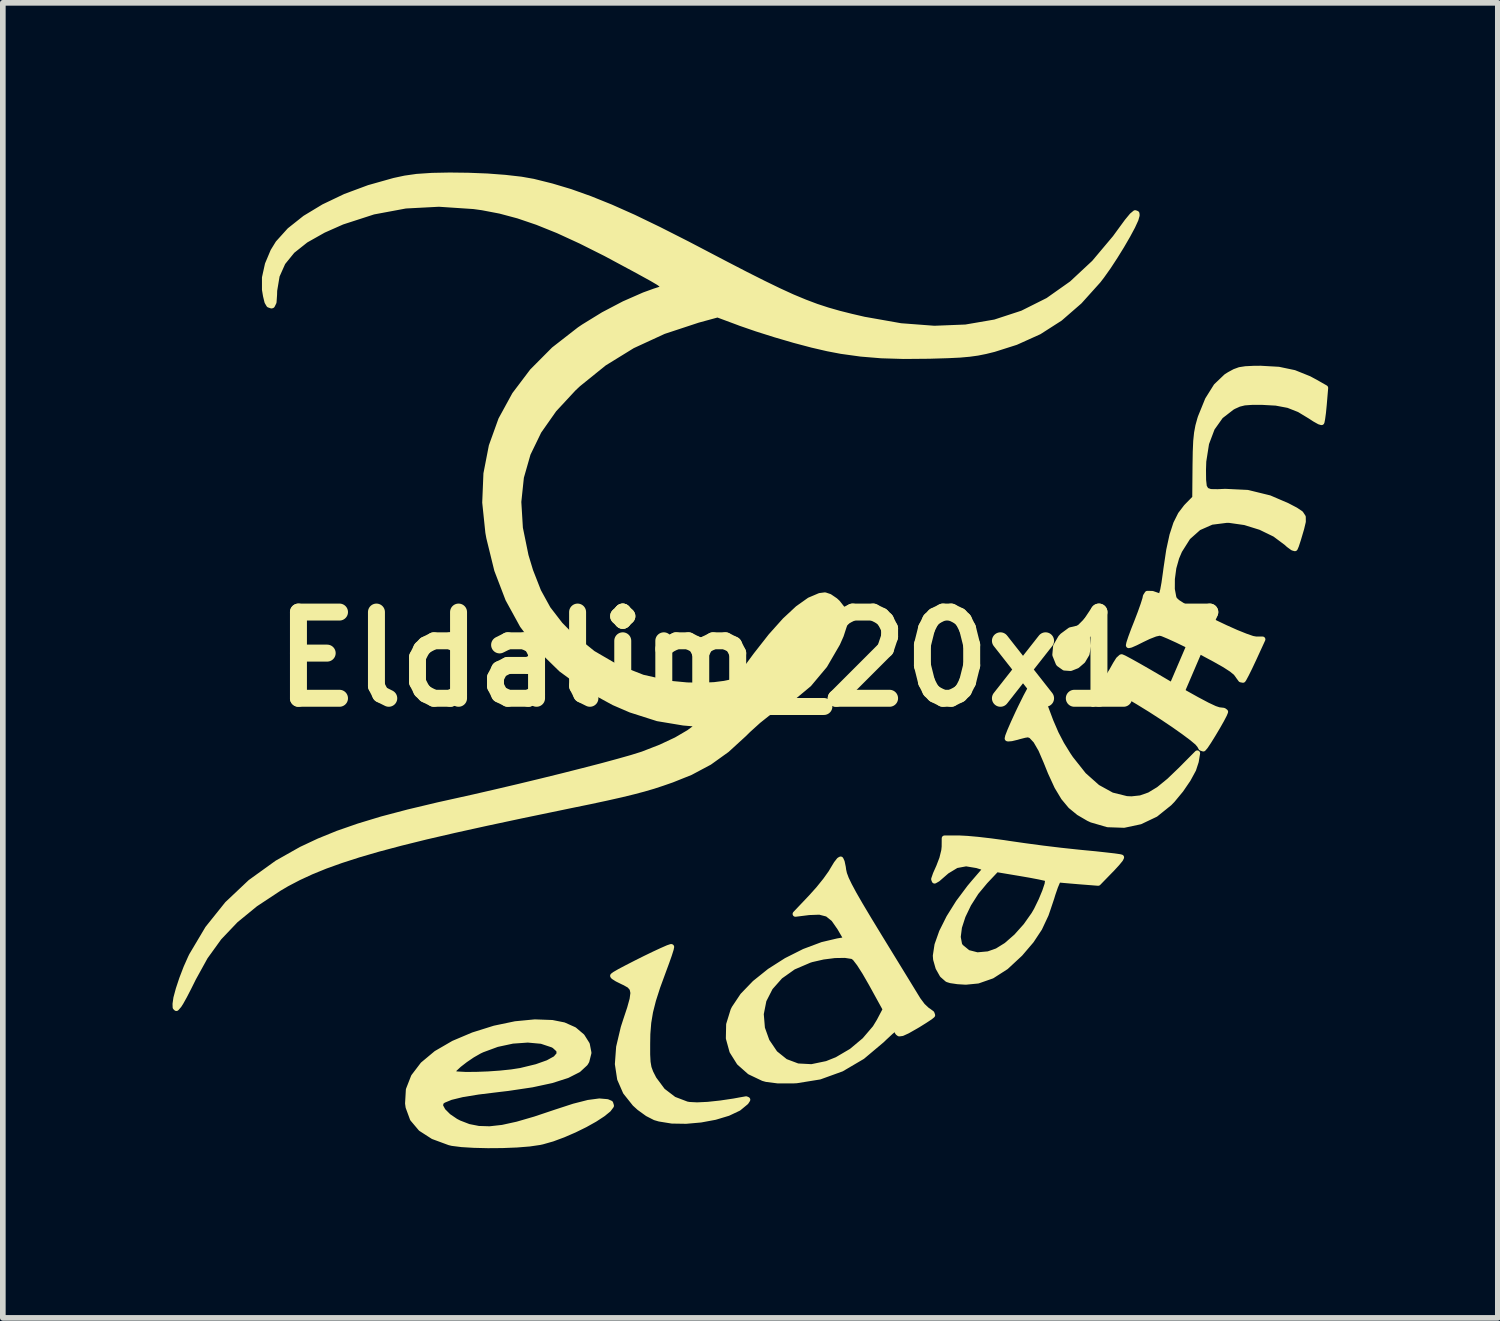
<source format=kicad_pcb>
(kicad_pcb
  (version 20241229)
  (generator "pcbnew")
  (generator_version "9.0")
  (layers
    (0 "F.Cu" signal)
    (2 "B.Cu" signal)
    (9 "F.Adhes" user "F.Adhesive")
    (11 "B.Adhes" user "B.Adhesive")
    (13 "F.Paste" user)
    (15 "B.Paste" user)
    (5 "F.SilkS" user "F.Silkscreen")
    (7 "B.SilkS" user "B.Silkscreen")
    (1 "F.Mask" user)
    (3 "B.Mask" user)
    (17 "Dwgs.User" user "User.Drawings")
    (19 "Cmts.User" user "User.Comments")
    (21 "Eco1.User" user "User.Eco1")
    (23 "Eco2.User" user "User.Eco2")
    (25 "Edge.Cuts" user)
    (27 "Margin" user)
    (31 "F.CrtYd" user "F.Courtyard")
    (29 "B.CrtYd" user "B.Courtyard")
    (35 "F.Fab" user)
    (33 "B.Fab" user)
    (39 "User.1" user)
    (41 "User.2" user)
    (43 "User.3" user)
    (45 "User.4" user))
  (footprint "Eldalim_20x17"
    (layer "F.Cu")
    (at 10.209 8.605)
    (property "Reference" "Eldalim_20x17" (at 0 0 0) (layer "F.SilkS") (effects (font (size 1.524 1.524) (thickness 0.3))))
    (attr exclude_from_pos_files exclude_from_bom)
    (fp_circle (center 0.75 0) (end 1 0) (stroke (width 0.15) (type solid)) (fill no) (layer "F.SilkS"))
    (fp_circle (center 0.8 0) (end 1 0) (stroke (width 0.15) (type solid)) (fill no) (layer "F.SilkS"))
    (fp_poly (pts (xy 5.979 -0.238) (xy 5.952 -0.094) (xy 5.881 0.026) (xy 5.781 0.112) (xy 5.668 0.157) (xy 5.557 0.149) (xy 5.463 0.082) (xy 5.453 0.069) (xy 5.394 -0.077) (xy 5.408 -0.231) (xy 5.494 -0.38) (xy 5.525 -0.414) (xy 5.662 -0.515) (xy 5.786 -0.544) (xy 5.887 -0.504) (xy 5.955 -0.399) (xy 5.979 -0.238)) (stroke (width 0.1) (type solid)) (fill yes) (layer "F.SilkS"))
    (fp_poly (pts (xy 8.402 0.929) (xy 8.382 0.978) (xy 8.332 1.074) (xy 8.262 1.197) (xy 8.184 1.328) (xy 8.109 1.449) (xy 8.049 1.539) (xy 8.014 1.58) (xy 7.976 1.567) (xy 7.951 1.521) (xy 7.91 1.472) (xy 7.813 1.391) (xy 7.67 1.284) (xy 7.493 1.159) (xy 7.292 1.024) (xy 7.078 0.886) (xy 6.862 0.753) (xy 6.749 0.686) (xy 6.579 0.611) (xy 6.429 0.603) (xy 6.276 0.664) (xy 6.187 0.725) (xy 6.108 0.777) (xy 6.062 0.792) (xy 6.057 0.785) (xy 6.077 0.735) (xy 6.13 0.639) (xy 6.205 0.515) (xy 6.227 0.48) (xy 6.318 0.335) (xy 6.401 0.199) (xy 6.458 0.097) (xy 6.463 0.088) (xy 6.516 0.004) (xy 6.563 -0.038) (xy 6.57 -0.039) (xy 6.614 -0.02) (xy 6.715 0.034) (xy 6.864 0.117) (xy 7.049 0.223) (xy 7.263 0.348) (xy 7.402 0.43) (xy 7.668 0.585) (xy 7.897 0.713) (xy 8.082 0.811) (xy 8.216 0.874) (xy 8.292 0.899) (xy 8.297 0.899) (xy 8.374 0.908) (xy 8.402 0.929)) (stroke (width 0.1) (type solid)) (fill yes) (layer "F.SilkS"))
    (fp_poly (pts (xy 7.907 1.661) (xy 7.883 1.807) (xy 7.837 1.948) (xy 7.743 2.121) (xy 7.616 2.307) (xy 7.467 2.487) (xy 7.413 2.543) (xy 7.169 2.739) (xy 6.898 2.868) (xy 6.612 2.929) (xy 6.323 2.919) (xy 6.041 2.837) (xy 5.985 2.811) (xy 5.814 2.711) (xy 5.67 2.593) (xy 5.546 2.444) (xy 5.43 2.251) (xy 5.315 2.001) (xy 5.24 1.815) (xy 5.146 1.596) (xy 5.055 1.439) (xy 4.971 1.349) (xy 4.917 1.329) (xy 4.854 1.339) (xy 4.752 1.365) (xy 4.723 1.374) (xy 4.623 1.398) (xy 4.56 1.403) (xy 4.552 1.4) (xy 4.561 1.36) (xy 4.599 1.262) (xy 4.661 1.12) (xy 4.741 0.946) (xy 4.784 0.856) (xy 4.88 0.662) (xy 4.96 0.513) (xy 5.018 0.419) (xy 5.051 0.387) (xy 5.056 0.391) (xy 5.078 0.451) (xy 5.119 0.566) (xy 5.173 0.717) (xy 5.212 0.824) (xy 5.313 1.094) (xy 5.407 1.312) (xy 5.506 1.502) (xy 5.622 1.69) (xy 5.668 1.758) (xy 5.898 2.048) (xy 6.141 2.264) (xy 6.395 2.404) (xy 6.657 2.469) (xy 6.746 2.473) (xy 6.905 2.456) (xy 7.062 2.401) (xy 7.227 2.301) (xy 7.413 2.149) (xy 7.61 1.96) (xy 7.907 1.661)) (stroke (width 0.1) (type solid)) (fill yes) (layer "F.SilkS"))
    (fp_poly (pts (xy -0.045 7.786) (xy -0.071 7.826) (xy -0.076 7.831) (xy -0.202 7.935) (xy -0.388 8.023) (xy -0.617 8.092) (xy -0.87 8.139) (xy -1.13 8.162) (xy -1.38 8.158) (xy -1.602 8.122) (xy -1.678 8.1) (xy -1.811 8.032) (xy -1.956 7.927) (xy -2.034 7.856) (xy -2.198 7.65) (xy -2.299 7.419) (xy -2.339 7.156) (xy -2.317 6.856) (xy -2.236 6.513) (xy -2.196 6.389) (xy -2.123 6.169) (xy -2.079 6.01) (xy -2.064 5.898) (xy -2.08 5.821) (xy -2.128 5.765) (xy -2.208 5.719) (xy -2.247 5.701) (xy -2.348 5.651) (xy -2.412 5.61) (xy -2.423 5.596) (xy -2.39 5.571) (xy -2.302 5.52) (xy -2.173 5.452) (xy -2.019 5.373) (xy -1.855 5.291) (xy -1.696 5.214) (xy -1.556 5.149) (xy -1.451 5.103) (xy -1.395 5.084) (xy -1.391 5.085) (xy -1.399 5.125) (xy -1.43 5.223) (xy -1.479 5.362) (xy -1.53 5.5) (xy -1.636 5.789) (xy -1.712 6.026) (xy -1.764 6.231) (xy -1.796 6.423) (xy -1.812 6.623) (xy -1.815 6.799) (xy -1.815 6.988) (xy -1.808 7.121) (xy -1.791 7.22) (xy -1.759 7.307) (xy -1.709 7.405) (xy -1.7 7.422) (xy -1.546 7.629) (xy -1.347 7.781) (xy -1.119 7.868) (xy -1.072 7.876) (xy -0.936 7.883) (xy -0.745 7.874) (xy -0.522 7.85) (xy -0.286 7.815) (xy -0.156 7.791) (xy -0.069 7.776) (xy -0.045 7.786)) (stroke (width 0.1) (type solid)) (fill yes) (layer "F.SilkS"))
    (fp_poly (pts (xy 6.563 3.502) (xy 6.546 3.536) (xy 6.485 3.61) (xy 6.393 3.71) (xy 6.367 3.736) (xy 6.155 3.954) (xy 5.824 3.928) (xy 5.669 3.915) (xy 5.544 3.904) (xy 5.47 3.897) (xy 5.46 3.895) (xy 5.434 3.927) (xy 5.396 4.017) (xy 5.35 4.15) (xy 5.329 4.219) (xy 5.268 4.401) (xy 5.268 3.898) (xy 5.262 3.881) (xy 5.216 3.866) (xy 5.111 3.843) (xy 4.96 3.814) (xy 4.798 3.786) (xy 4.357 3.712) (xy 4.156 3.925) (xy 3.995 4.119) (xy 3.862 4.328) (xy 3.761 4.538) (xy 3.697 4.736) (xy 3.675 4.91) (xy 3.7 5.045) (xy 3.723 5.083) (xy 3.851 5.188) (xy 4.018 5.231) (xy 4.214 5.213) (xy 4.37 5.158) (xy 4.534 5.056) (xy 4.71 4.902) (xy 4.878 4.714) (xy 5.02 4.513) (xy 5.066 4.434) (xy 5.15 4.261) (xy 5.215 4.104) (xy 5.257 3.978) (xy 5.268 3.898) (xy 5.268 4.401) (xy 5.23 4.512) (xy 5.116 4.755) (xy 4.971 4.974) (xy 4.78 5.198) (xy 4.774 5.205) (xy 4.524 5.437) (xy 4.278 5.595) (xy 4.029 5.682) (xy 3.814 5.703) (xy 3.67 5.694) (xy 3.548 5.676) (xy 3.49 5.658) (xy 3.401 5.58) (xy 3.329 5.452) (xy 3.287 5.305) (xy 3.282 5.241) (xy 3.311 5.05) (xy 3.392 4.821) (xy 3.519 4.567) (xy 3.686 4.3) (xy 3.885 4.034) (xy 3.958 3.947) (xy 4.177 3.693) (xy 4.013 3.642) (xy 3.82 3.61) (xy 3.647 3.642) (xy 3.477 3.745) (xy 3.416 3.798) (xy 3.317 3.884) (xy 3.263 3.915) (xy 3.252 3.887) (xy 3.283 3.797) (xy 3.341 3.667) (xy 3.396 3.524) (xy 3.431 3.382) (xy 3.438 3.312) (xy 3.439 3.165) (xy 3.705 3.165) (xy 3.839 3.172) (xy 4.029 3.189) (xy 4.253 3.215) (xy 4.49 3.247) (xy 4.588 3.262) (xy 4.859 3.301) (xy 5.173 3.343) (xy 5.497 3.382) (xy 5.796 3.414) (xy 5.875 3.422) (xy 6.096 3.443) (xy 6.287 3.464) (xy 6.438 3.481) (xy 6.534 3.495) (xy 6.563 3.502)) (stroke (width 0.1) (type solid)) (fill yes) (layer "F.SilkS"))
    (fp_poly (pts (xy -2.455 7.893) (xy -2.504 7.958) (xy -2.604 8.039) (xy -2.745 8.131) (xy -2.915 8.226) (xy -3.104 8.319) (xy -3.3 8.404) (xy -3.494 8.476) (xy -3.674 8.527) (xy -3.72 8.537) (xy -3.898 8.563) (xy -4.123 8.581) (xy -4.374 8.591) (xy -4.633 8.593) (xy -4.881 8.587) (xy -5.097 8.574) (xy -5.264 8.553) (xy -5.314 8.541) (xy -5.601 8.435) (xy -5.817 8.296) (xy -5.963 8.123) (xy -6.039 7.916) (xy -6.048 7.852) (xy -6.034 7.609) (xy -5.944 7.379) (xy -5.781 7.165) (xy -5.545 6.968) (xy -5.24 6.791) (xy -4.895 6.645) (xy -4.516 6.526) (xy -4.148 6.449) (xy -3.804 6.416) (xy -3.498 6.427) (xy -3.293 6.468) (xy -3.109 6.55) (xy -2.97 6.668) (xy -2.882 6.808) (xy -2.853 6.957) (xy -2.89 7.103) (xy -2.914 7.143) (xy -3.035 7.255) (xy -3.232 7.355) (xy -3.369 7.399) (xy -3.369 6.983) (xy -3.375 6.906) (xy -3.457 6.831) (xy -3.488 6.814) (xy -3.686 6.748) (xy -3.928 6.726) (xy -4.197 6.745) (xy -4.472 6.804) (xy -4.735 6.901) (xy -4.786 6.925) (xy -4.91 6.996) (xy -5.035 7.081) (xy -5.146 7.167) (xy -5.229 7.244) (xy -5.271 7.299) (xy -5.266 7.32) (xy -5.177 7.337) (xy -5.029 7.345) (xy -4.84 7.344) (xy -4.629 7.336) (xy -4.415 7.321) (xy -4.215 7.3) (xy -4.048 7.274) (xy -4.042 7.272) (xy -3.774 7.207) (xy -3.571 7.135) (xy -3.435 7.06) (xy -3.369 6.983) (xy -3.369 7.399) (xy -3.506 7.443) (xy -3.854 7.518) (xy -4.277 7.581) (xy -4.446 7.601) (xy -4.805 7.645) (xy -5.086 7.691) (xy -5.291 7.741) (xy -5.422 7.795) (xy -5.467 7.83) (xy -5.477 7.897) (xy -5.429 7.985) (xy -5.334 8.08) (xy -5.205 8.168) (xy -5.143 8.2) (xy -4.975 8.265) (xy -4.798 8.3) (xy -4.602 8.306) (xy -4.377 8.281) (xy -4.113 8.223) (xy -3.8 8.132) (xy -3.433 8.009) (xy -3.114 7.905) (xy -2.859 7.84) (xy -2.663 7.814) (xy -2.524 7.826) (xy -2.468 7.85) (xy -2.455 7.893)) (stroke (width 0.1) (type solid)) (fill yes) (layer "F.SilkS"))
    (fp_poly (pts (xy 3.223 6.292) (xy 3.184 6.324) (xy 3.093 6.384) (xy 2.97 6.461) (xy 2.927 6.486) (xy 2.783 6.568) (xy 2.691 6.61) (xy 2.638 6.617) (xy 2.614 6.599) (xy 2.584 6.536) (xy 2.58 6.517) (xy 2.554 6.53) (xy 2.485 6.587) (xy 2.397 6.669) (xy 2.397 6.188) (xy 2.146 5.732) (xy 2.032 5.534) (xy 1.935 5.382) (xy 1.859 5.283) (xy 1.817 5.25) (xy 1.681 5.229) (xy 1.498 5.232) (xy 1.293 5.258) (xy 1.091 5.304) (xy 1.052 5.316) (xy 0.765 5.439) (xy 0.532 5.604) (xy 0.356 5.803) (xy 0.241 6.028) (xy 0.193 6.271) (xy 0.214 6.523) (xy 0.296 6.752) (xy 0.44 6.965) (xy 0.624 7.113) (xy 0.842 7.195) (xy 1.089 7.208) (xy 1.359 7.152) (xy 1.539 7.08) (xy 1.796 6.929) (xy 2.028 6.735) (xy 2.214 6.517) (xy 2.287 6.397) (xy 2.397 6.188) (xy 2.397 6.669) (xy 2.386 6.679) (xy 2.331 6.732) (xy 1.985 7.023) (xy 1.618 7.239) (xy 1.231 7.379) (xy 0.822 7.445) (xy 0.762 7.448) (xy 0.493 7.448) (xy 0.29 7.422) (xy 0.233 7.406) (xy -0.004 7.293) (xy -0.188 7.13) (xy -0.314 6.929) (xy -0.377 6.7) (xy -0.372 6.456) (xy -0.295 6.207) (xy -0.276 6.169) (xy -0.127 5.946) (xy 0.086 5.725) (xy 0.348 5.515) (xy 0.643 5.327) (xy 0.959 5.168) (xy 1.279 5.048) (xy 1.55 4.984) (xy 1.712 4.957) (xy 1.589 4.746) (xy 1.481 4.591) (xy 1.369 4.501) (xy 1.229 4.465) (xy 1.041 4.472) (xy 1.027 4.474) (xy 0.803 4.502) (xy 1.08 4.21) (xy 1.213 4.062) (xy 1.337 3.908) (xy 1.434 3.772) (xy 1.465 3.719) (xy 1.528 3.615) (xy 1.579 3.55) (xy 1.603 3.537) (xy 1.624 3.583) (xy 1.644 3.679) (xy 1.65 3.726) (xy 1.665 3.793) (xy 1.698 3.881) (xy 1.754 3.997) (xy 1.836 4.15) (xy 1.949 4.346) (xy 2.097 4.594) (xy 2.277 4.89) (xy 2.435 5.148) (xy 2.584 5.391) (xy 2.717 5.608) (xy 2.829 5.791) (xy 2.914 5.93) (xy 2.965 6.013) (xy 2.972 6.024) (xy 3.049 6.127) (xy 3.131 6.204) (xy 3.15 6.215) (xy 3.211 6.26) (xy 3.223 6.292)) (stroke (width 0.1) (type solid)) (fill yes) (layer "F.SilkS"))
    (fp_poly (pts (xy 10.171 -4.797) (xy 10.146 -4.502) (xy 10.132 -4.359) (xy 10.117 -4.249) (xy 10.106 -4.193) (xy 10.104 -4.19) (xy 10.066 -4.201) (xy 9.984 -4.247) (xy 9.909 -4.296) (xy 9.711 -4.416) (xy 9.516 -4.493) (xy 9.299 -4.534) (xy 9.046 -4.548) (xy 8.867 -4.547) (xy 8.741 -4.538) (xy 8.644 -4.514) (xy 8.551 -4.472) (xy 8.519 -4.454) (xy 8.319 -4.299) (xy 8.167 -4.085) (xy 8.066 -3.817) (xy 8.016 -3.499) (xy 8.011 -3.349) (xy 8.013 -3.168) (xy 8.026 -3.051) (xy 8.064 -2.986) (xy 8.14 -2.959) (xy 8.268 -2.957) (xy 8.401 -2.963) (xy 8.796 -2.944) (xy 9.183 -2.849) (xy 9.495 -2.715) (xy 9.644 -2.637) (xy 9.734 -2.577) (xy 9.775 -2.515) (xy 9.776 -2.434) (xy 9.747 -2.312) (xy 9.729 -2.251) (xy 9.689 -2.116) (xy 9.655 -2.012) (xy 9.634 -1.962) (xy 9.633 -1.961) (xy 9.595 -1.972) (xy 9.523 -2.025) (xy 9.485 -2.06) (xy 9.281 -2.212) (xy 9.026 -2.336) (xy 8.749 -2.422) (xy 8.476 -2.461) (xy 8.427 -2.462) (xy 8.159 -2.428) (xy 7.93 -2.327) (xy 7.74 -2.158) (xy 7.591 -1.922) (xy 7.538 -1.798) (xy 7.487 -1.617) (xy 7.461 -1.422) (xy 7.46 -1.238) (xy 7.487 -1.093) (xy 7.503 -1.055) (xy 7.555 -1.007) (xy 7.664 -0.937) (xy 7.818 -0.849) (xy 8.002 -0.752) (xy 8.203 -0.653) (xy 8.405 -0.557) (xy 8.595 -0.472) (xy 8.759 -0.406) (xy 8.883 -0.363) (xy 8.945 -0.352) (xy 9.061 -0.352) (xy 8.904 -0.01) (xy 8.833 0.141) (xy 8.771 0.266) (xy 8.728 0.346) (xy 8.715 0.365) (xy 8.678 0.358) (xy 8.633 0.297) (xy 8.63 0.291) (xy 8.591 0.239) (xy 8.515 0.177) (xy 8.393 0.098) (xy 8.218 -0.001) (xy 7.981 -0.128) (xy 7.952 -0.142) (xy 7.746 -0.247) (xy 7.559 -0.338) (xy 7.403 -0.409) (xy 7.293 -0.455) (xy 7.243 -0.468) (xy 7.165 -0.451) (xy 7.047 -0.405) (xy 6.934 -0.351) (xy 6.818 -0.293) (xy 6.731 -0.255) (xy 6.695 -0.247) (xy 6.703 -0.287) (xy 6.735 -0.384) (xy 6.786 -0.522) (xy 6.838 -0.653) (xy 6.902 -0.82) (xy 6.954 -0.966) (xy 6.987 -1.071) (xy 6.995 -1.113) (xy 7.025 -1.16) (xy 7.112 -1.158) (xy 7.231 -1.117) (xy 7.258 -1.117) (xy 7.28 -1.149) (xy 7.301 -1.223) (xy 7.324 -1.35) (xy 7.351 -1.541) (xy 7.359 -1.603) (xy 7.408 -1.931) (xy 7.465 -2.192) (xy 7.532 -2.398) (xy 7.613 -2.56) (xy 7.712 -2.69) (xy 7.724 -2.703) (xy 7.868 -2.85) (xy 7.873 -3.428) (xy 7.877 -3.672) (xy 7.885 -3.857) (xy 7.9 -4.001) (xy 7.923 -4.125) (xy 7.957 -4.248) (xy 7.967 -4.279) (xy 8.093 -4.589) (xy 8.243 -4.828) (xy 8.42 -4.997) (xy 8.475 -5.032) (xy 8.569 -5.083) (xy 8.657 -5.115) (xy 8.762 -5.131) (xy 8.907 -5.138) (xy 9.027 -5.139) (xy 9.345 -5.121) (xy 9.621 -5.063) (xy 9.882 -4.958) (xy 9.999 -4.895) (xy 10.171 -4.797)) (stroke (width 0.1) (type solid)) (fill yes) (layer "F.SilkS"))
    (fp_poly (pts (xy 6.838 -7.849) (xy 6.817 -7.775) (xy 6.76 -7.651) (xy 6.674 -7.491) (xy 6.569 -7.31) (xy 6.452 -7.121) (xy 6.333 -6.939) (xy 6.218 -6.777) (xy 6.155 -6.695) (xy 5.824 -6.327) (xy 5.48 -6.028) (xy 5.11 -5.791) (xy 4.7 -5.606) (xy 4.313 -5.483) (xy 4.163 -5.446) (xy 4.023 -5.418) (xy 3.878 -5.398) (xy 3.71 -5.383) (xy 3.502 -5.373) (xy 3.235 -5.365) (xy 3.174 -5.363) (xy 2.719 -5.359) (xy 2.322 -5.371) (xy 1.959 -5.401) (xy 1.612 -5.449) (xy 1.371 -5.495) (xy 1.099 -5.558) (xy 0.782 -5.642) (xy 0.447 -5.74) (xy 0.121 -5.843) (xy -0.169 -5.943) (xy -0.205 -5.957) (xy -0.573 -6.094) (xy -0.921 -5.999) (xy -1.527 -5.799) (xy -2.078 -5.545) (xy -2.581 -5.235) (xy -3.039 -4.865) (xy -3.121 -4.788) (xy -3.466 -4.416) (xy -3.735 -4.033) (xy -3.928 -3.635) (xy -4.047 -3.219) (xy -4.093 -2.782) (xy -4.065 -2.32) (xy -3.965 -1.831) (xy -3.884 -1.563) (xy -3.742 -1.2) (xy -3.572 -0.891) (xy -3.358 -0.613) (xy -3.162 -0.413) (xy -2.779 -0.104) (xy -2.355 0.143) (xy -1.899 0.322) (xy -1.423 0.43) (xy -1.114 0.459) (xy -0.858 0.464) (xy -0.632 0.454) (xy -0.459 0.432) (xy -0.457 0.432) (xy -0.231 0.385) (xy 0.106 -0.072) (xy 0.371 -0.41) (xy 0.618 -0.686) (xy 0.846 -0.898) (xy 1.052 -1.044) (xy 1.233 -1.121) (xy 1.325 -1.133) (xy 1.406 -1.106) (xy 1.506 -1.038) (xy 1.547 -1) (xy 1.638 -0.884) (xy 1.678 -0.758) (xy 1.668 -0.609) (xy 1.607 -0.422) (xy 1.544 -0.28) (xy 1.319 0.107) (xy 1.041 0.439) (xy 0.714 0.711) (xy 0.439 0.875) (xy 0.309 0.957) (xy 0.146 1.087) (xy -0.033 1.249) (xy -0.108 1.323) (xy -0.411 1.6) (xy -0.718 1.82) (xy -1.054 1.999) (xy -1.381 2.13) (xy -1.548 2.188) (xy -1.709 2.241) (xy -1.877 2.29) (xy -2.062 2.339) (xy -2.275 2.391) (xy -2.528 2.448) (xy -2.831 2.513) (xy -3.197 2.588) (xy -3.341 2.618) (xy -4.04 2.763) (xy -4.668 2.897) (xy -5.229 3.021) (xy -5.73 3.137) (xy -6.174 3.247) (xy -6.569 3.352) (xy -6.919 3.454) (xy -7.229 3.554) (xy -7.505 3.653) (xy -7.753 3.754) (xy -7.978 3.858) (xy -8.185 3.966) (xy -8.331 4.052) (xy -8.747 4.327) (xy -9.095 4.612) (xy -9.387 4.919) (xy -9.633 5.26) (xy -9.841 5.637) (xy -9.925 5.806) (xy -10.002 5.955) (xy -10.064 6.066) (xy -10.096 6.116) (xy -10.141 6.168) (xy -10.157 6.152) (xy -10.159 6.093) (xy -10.144 5.988) (xy -10.102 5.832) (xy -10.041 5.648) (xy -9.967 5.455) (xy -9.887 5.275) (xy -9.868 5.236) (xy -9.585 4.76) (xy -9.239 4.328) (xy -8.83 3.942) (xy -8.358 3.602) (xy -7.933 3.362) (xy -7.622 3.216) (xy -7.288 3.08) (xy -6.92 2.952) (xy -6.508 2.827) (xy -6.042 2.704) (xy -5.513 2.578) (xy -5.256 2.521) (xy -4.883 2.438) (xy -4.492 2.348) (xy -4.092 2.254) (xy -3.694 2.158) (xy -3.309 2.063) (xy -2.946 1.971) (xy -2.617 1.886) (xy -2.33 1.808) (xy -2.096 1.742) (xy -1.926 1.689) (xy -1.895 1.679) (xy -1.579 1.556) (xy -1.302 1.426) (xy -1.08 1.296) (xy -1 1.237) (xy -0.886 1.146) (xy -1.176 1.121) (xy -1.633 1.045) (xy -2.109 0.893) (xy -2.408 0.764) (xy -2.904 0.493) (xy -3.337 0.176) (xy -3.709 -0.187) (xy -4.021 -0.6) (xy -4.275 -1.063) (xy -4.472 -1.578) (xy -4.612 -2.148) (xy -4.629 -2.242) (xy -4.684 -2.771) (xy -4.663 -3.281) (xy -4.568 -3.77) (xy -4.4 -4.237) (xy -4.159 -4.678) (xy -3.847 -5.091) (xy -3.465 -5.475) (xy -3.013 -5.827) (xy -2.939 -5.877) (xy -2.591 -6.091) (xy -2.227 -6.282) (xy -1.872 -6.438) (xy -1.687 -6.505) (xy -1.603 -6.532) (xy -1.548 -6.555) (xy -1.527 -6.58) (xy -1.548 -6.613) (xy -1.614 -6.661) (xy -1.733 -6.731) (xy -1.911 -6.829) (xy -2.052 -6.906) (xy -2.549 -7.173) (xy -2.994 -7.396) (xy -3.394 -7.58) (xy -3.759 -7.727) (xy -4.097 -7.842) (xy -4.419 -7.928) (xy -4.733 -7.988) (xy -4.884 -8.009) (xy -5.499 -8.05) (xy -6.089 -8.019) (xy -6.658 -7.913) (xy -7.21 -7.734) (xy -7.542 -7.587) (xy -7.854 -7.411) (xy -8.092 -7.222) (xy -8.261 -7.014) (xy -8.365 -6.781) (xy -8.409 -6.518) (xy -8.411 -6.444) (xy -8.42 -6.313) (xy -8.448 -6.256) (xy -8.46 -6.252) (xy -8.503 -6.267) (xy -8.534 -6.32) (xy -8.56 -6.427) (xy -8.578 -6.535) (xy -8.578 -6.747) (xy -8.526 -6.982) (xy -8.429 -7.213) (xy -8.341 -7.356) (xy -8.137 -7.582) (xy -7.865 -7.798) (xy -7.534 -7.998) (xy -7.155 -8.179) (xy -6.738 -8.334) (xy -6.291 -8.46) (xy -6.1 -8.501) (xy -5.889 -8.531) (xy -5.62 -8.549) (xy -5.31 -8.555) (xy -4.98 -8.551) (xy -4.647 -8.538) (xy -4.329 -8.514) (xy -4.047 -8.482) (xy -3.832 -8.444) (xy -3.507 -8.363) (xy -3.176 -8.264) (xy -2.831 -8.141) (xy -2.461 -7.992) (xy -2.057 -7.812) (xy -1.612 -7.597) (xy -1.115 -7.345) (xy -0.874 -7.219) (xy -0.448 -6.996) (xy -0.081 -6.806) (xy 0.235 -6.647) (xy 0.509 -6.514) (xy 0.751 -6.403) (xy 0.97 -6.312) (xy 1.174 -6.235) (xy 1.373 -6.17) (xy 1.576 -6.112) (xy 1.791 -6.058) (xy 2.028 -6.003) (xy 2.032 -6.003) (xy 2.665 -5.891) (xy 3.258 -5.846) (xy 3.813 -5.868) (xy 4.331 -5.957) (xy 4.816 -6.116) (xy 5.269 -6.343) (xy 5.691 -6.641) (xy 6.086 -7.009) (xy 6.456 -7.449) (xy 6.545 -7.571) (xy 6.668 -7.739) (xy 6.754 -7.843) (xy 6.809 -7.889) (xy 6.835 -7.879) (xy 6.838 -7.849)) (stroke (width 0.1) (type solid)) (fill yes) (layer "F.SilkS")))
  (gr_rect
    (start -3 -3)
    (end 23.429 20.248)
    (stroke (width 0.1) (type default))
    (fill no)
    (layer "Edge.Cuts")))
</source>
